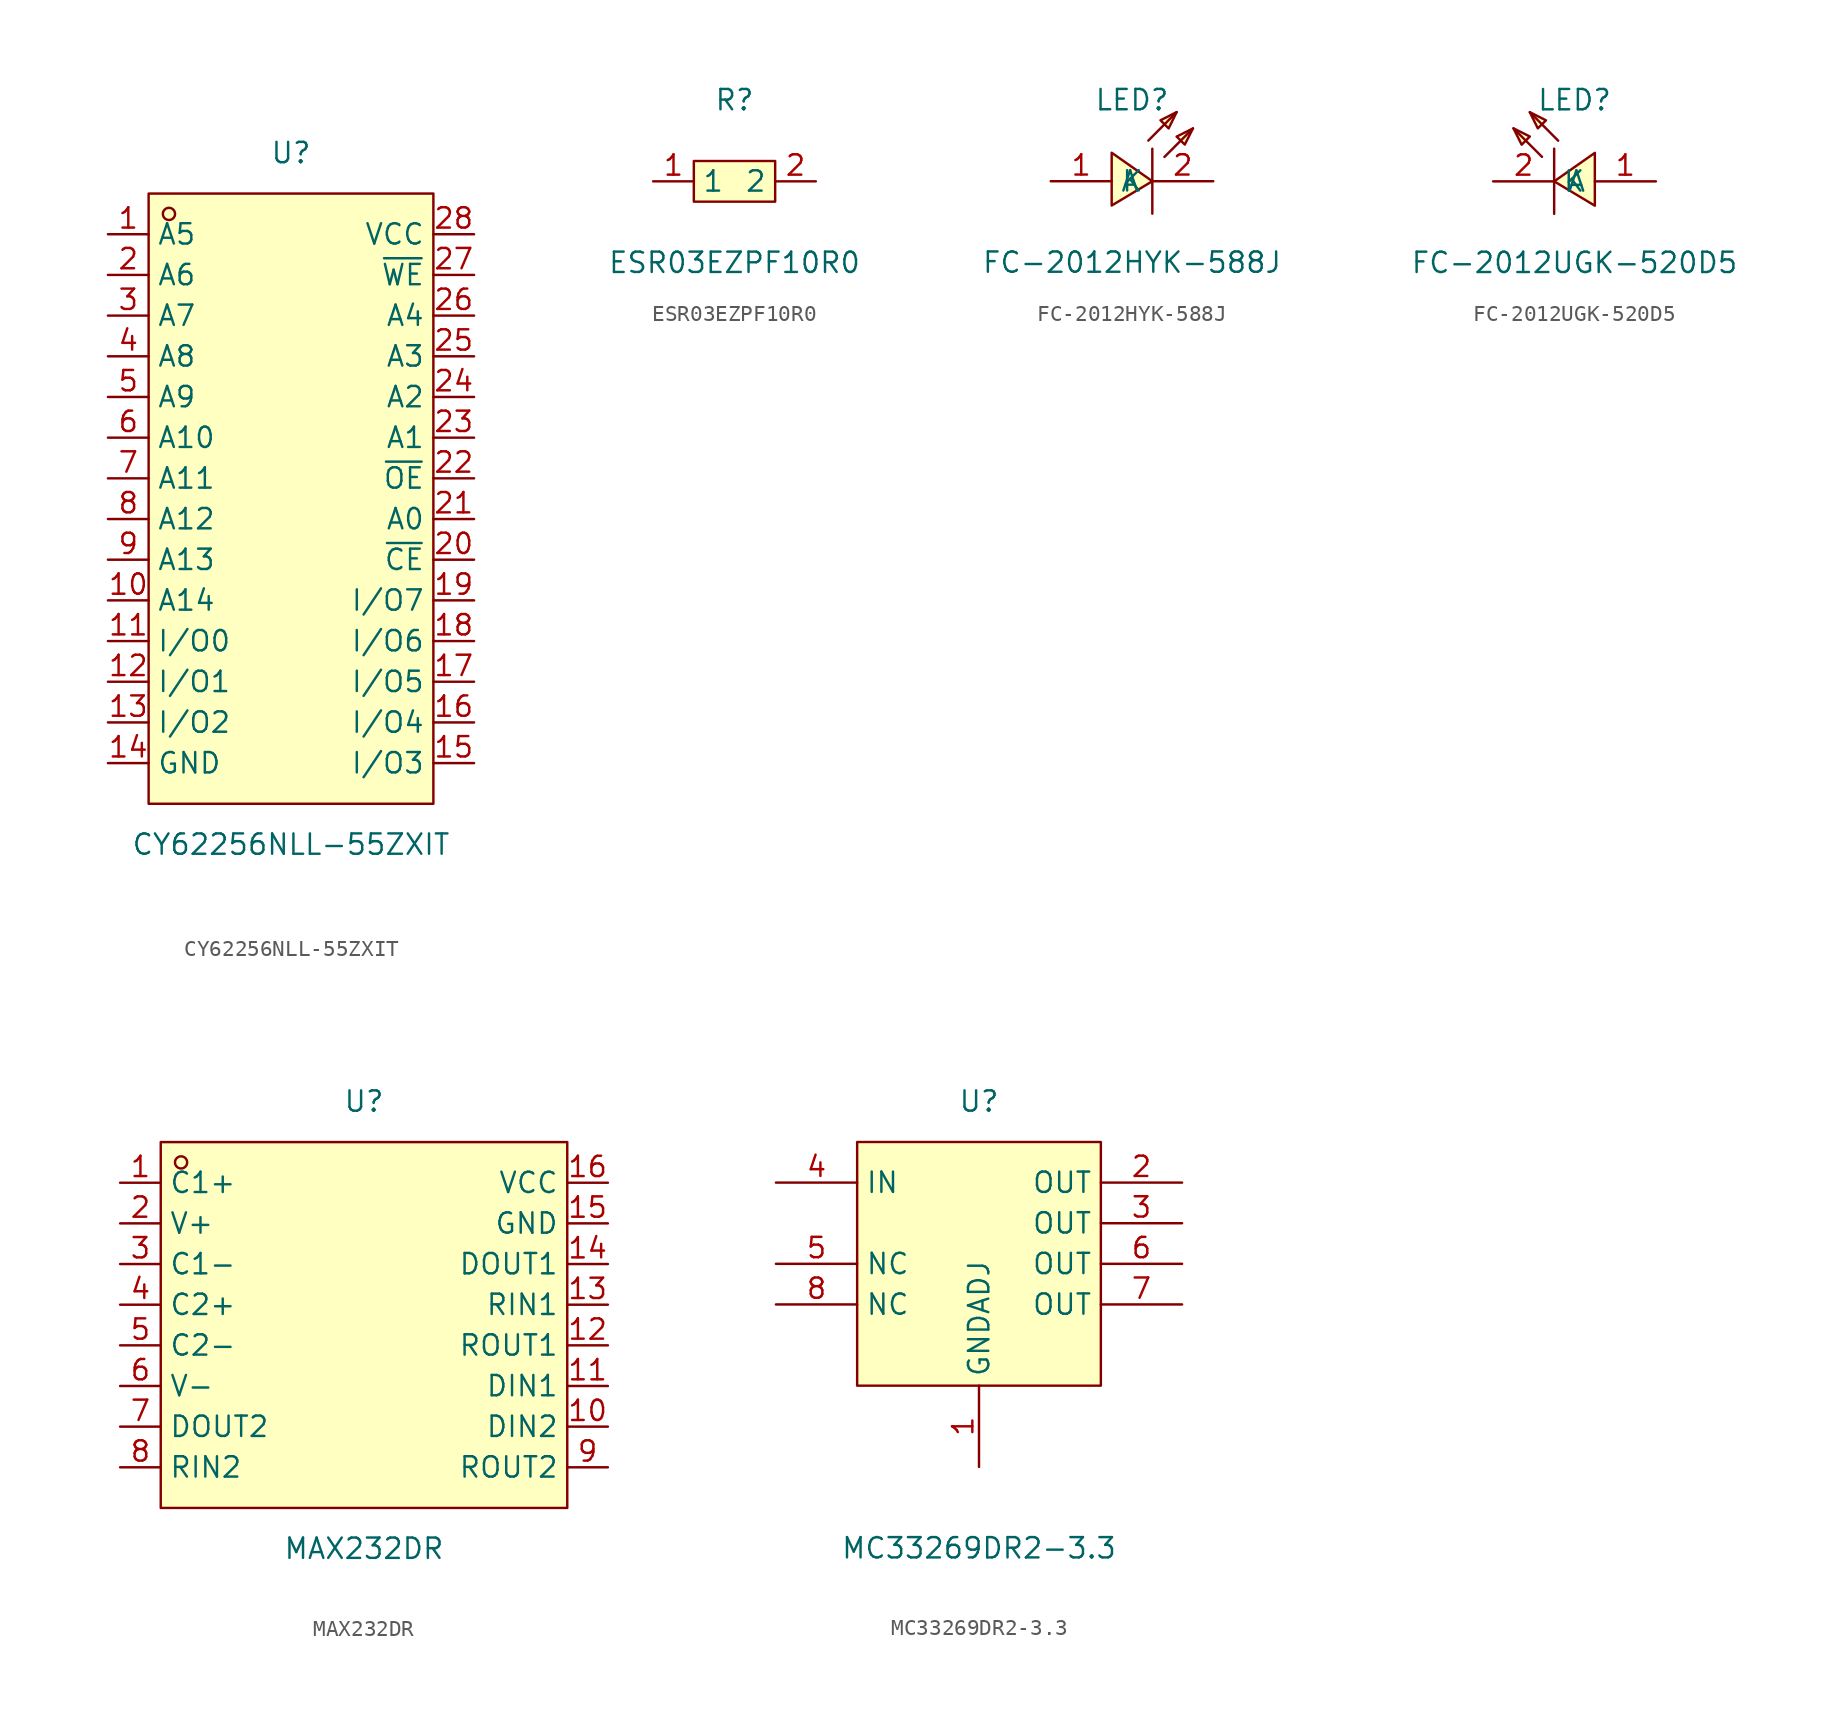
<source format=kicad_sym>
(kicad_symbol_lib
  (version 20211014)
  (generator https://github.com/uPesy/easyeda2kicad.py)
  (symbol "CY62256NLL-55ZXIT"
    (property "Reference" "U"
      (at 0 21.59 0)
      (effects (font (size 1.27 1.27))))
    (property "Value" "CY62256NLL-55ZXIT"
      (at 0 -21.59 0)
      (effects (font (size 1.27 1.27))))
    (symbol "CY62256NLL-55ZXIT_0_1"
      (rectangle (start -8.89 19.05) (end 8.89 -19.05) (stroke (width 0) (type default) (color 0 0 0 0)) (fill (type background)))
      (circle (center -7.62 17.78) (radius 0.38) (stroke (width 0) (type default) (color 0 0 0 0)) (fill (type none)))
      (pin unspecified line (at -11.43 16.51 0) (length 2.54) (name "A5" (effects (font (size 1.27 1.27)))) (number "1" (effects (font (size 1.27 1.27)))))
      (pin unspecified line (at -11.43 13.97 0) (length 2.54) (name "A6" (effects (font (size 1.27 1.27)))) (number "2" (effects (font (size 1.27 1.27)))))
      (pin unspecified line (at -11.43 11.43 0) (length 2.54) (name "A7" (effects (font (size 1.27 1.27)))) (number "3" (effects (font (size 1.27 1.27)))))
      (pin unspecified line (at -11.43 8.89 0) (length 2.54) (name "A8" (effects (font (size 1.27 1.27)))) (number "4" (effects (font (size 1.27 1.27)))))
      (pin unspecified line (at -11.43 6.35 0) (length 2.54) (name "A9" (effects (font (size 1.27 1.27)))) (number "5" (effects (font (size 1.27 1.27)))))
      (pin unspecified line (at -11.43 3.81 0) (length 2.54) (name "A10" (effects (font (size 1.27 1.27)))) (number "6" (effects (font (size 1.27 1.27)))))
      (pin unspecified line (at -11.43 1.27 0) (length 2.54) (name "A11" (effects (font (size 1.27 1.27)))) (number "7" (effects (font (size 1.27 1.27)))))
      (pin unspecified line (at -11.43 -1.27 0) (length 2.54) (name "A12" (effects (font (size 1.27 1.27)))) (number "8" (effects (font (size 1.27 1.27)))))
      (pin unspecified line (at -11.43 -3.81 0) (length 2.54) (name "A13" (effects (font (size 1.27 1.27)))) (number "9" (effects (font (size 1.27 1.27)))))
      (pin unspecified line (at -11.43 -6.35 0) (length 2.54) (name "A14" (effects (font (size 1.27 1.27)))) (number "10" (effects (font (size 1.27 1.27)))))
      (pin unspecified line (at -11.43 -8.89 0) (length 2.54) (name "I/O0" (effects (font (size 1.27 1.27)))) (number "11" (effects (font (size 1.27 1.27)))))
      (pin unspecified line (at -11.43 -11.43 0) (length 2.54) (name "I/O1" (effects (font (size 1.27 1.27)))) (number "12" (effects (font (size 1.27 1.27)))))
      (pin unspecified line (at -11.43 -13.97 0) (length 2.54) (name "I/O2" (effects (font (size 1.27 1.27)))) (number "13" (effects (font (size 1.27 1.27)))))
      (pin unspecified line (at -11.43 -16.51 0) (length 2.54) (name "GND" (effects (font (size 1.27 1.27)))) (number "14" (effects (font (size 1.27 1.27)))))
      (pin unspecified line (at 11.43 -16.51 180) (length 2.54) (name "I/O3" (effects (font (size 1.27 1.27)))) (number "15" (effects (font (size 1.27 1.27)))))
      (pin unspecified line (at 11.43 -13.97 180) (length 2.54) (name "I/O4" (effects (font (size 1.27 1.27)))) (number "16" (effects (font (size 1.27 1.27)))))
      (pin unspecified line (at 11.43 -11.43 180) (length 2.54) (name "I/O5" (effects (font (size 1.27 1.27)))) (number "17" (effects (font (size 1.27 1.27)))))
      (pin unspecified line (at 11.43 -8.89 180) (length 2.54) (name "I/O6" (effects (font (size 1.27 1.27)))) (number "18" (effects (font (size 1.27 1.27)))))
      (pin unspecified line (at 11.43 -6.35 180) (length 2.54) (name "I/O7" (effects (font (size 1.27 1.27)))) (number "19" (effects (font (size 1.27 1.27)))))
      (pin unspecified line (at 11.43 -3.81 180) (length 2.54) (name "~{CE}" (effects (font (size 1.27 1.27)))) (number "20" (effects (font (size 1.27 1.27)))))
      (pin unspecified line (at 11.43 -1.27 180) (length 2.54) (name "A0" (effects (font (size 1.27 1.27)))) (number "21" (effects (font (size 1.27 1.27)))))
      (pin unspecified line (at 11.43 1.27 180) (length 2.54) (name "~{OE}" (effects (font (size 1.27 1.27)))) (number "22" (effects (font (size 1.27 1.27)))))
      (pin unspecified line (at 11.43 3.81 180) (length 2.54) (name "A1" (effects (font (size 1.27 1.27)))) (number "23" (effects (font (size 1.27 1.27)))))
      (pin unspecified line (at 11.43 6.35 180) (length 2.54) (name "A2" (effects (font (size 1.27 1.27)))) (number "24" (effects (font (size 1.27 1.27)))))
      (pin unspecified line (at 11.43 8.89 180) (length 2.54) (name "A3" (effects (font (size 1.27 1.27)))) (number "25" (effects (font (size 1.27 1.27)))))
      (pin unspecified line (at 11.43 11.43 180) (length 2.54) (name "A4" (effects (font (size 1.27 1.27)))) (number "26" (effects (font (size 1.27 1.27)))))
      (pin unspecified line (at 11.43 13.97 180) (length 2.54) (name "~{WE}" (effects (font (size 1.27 1.27)))) (number "27" (effects (font (size 1.27 1.27)))))
      (pin unspecified line (at 11.43 16.51 180) (length 2.54) (name "VCC" (effects (font (size 1.27 1.27)))) (number "28" (effects (font (size 1.27 1.27)))))))
  (symbol "ESR03EZPF10R0"
    (property "Reference" "R"
      (at 0 5.08 0)
      (effects (font (size 1.27 1.27))))
    (property "Value" "ESR03EZPF10R0"
      (at 0 -5.08 0)
      (effects (font (size 1.27 1.27))))
    (symbol "ESR03EZPF10R0_0_1"
      (rectangle (start -2.54 1.27) (end 2.54 -1.27) (stroke (width 0) (type default) (color 0 0 0 0)) (fill (type background)))
      (pin unspecified line (at 5.08 -0.00 180) (length 2.54) (name "2" (effects (font (size 1.27 1.27)))) (number "2" (effects (font (size 1.27 1.27)))))
      (pin unspecified line (at -5.08 -0.00 0) (length 2.54) (name "1" (effects (font (size 1.27 1.27)))) (number "1" (effects (font (size 1.27 1.27)))))))
  (symbol "FC-2012HYK-588J"
    (property "Reference" "LED"
      (at 0 3.81 0)
      (effects (font (size 1.27 1.27))))
    (property "Value" "FC-2012HYK-588J"
      (at 0 -6.35 0)
      (effects (font (size 1.27 1.27))))
    (symbol "FC-2012HYK-588J_0_1"
      (polyline (pts (xy 3.81 2.03) (xy 2.79 1.52) (xy 3.30 1.02) (xy 3.81 2.03)) (stroke (width 0) (type default) (color 0 0 0 0)) (fill (type background)))
      (polyline (pts (xy 2.79 3.05) (xy 1.78 2.54) (xy 2.29 2.03) (xy 2.79 3.05)) (stroke (width 0) (type default) (color 0 0 0 0)) (fill (type background)))
      (polyline (pts (xy -1.27 -2.79) (xy 1.27 -1.27) (xy -1.27 0.51) (xy -1.27 -2.79)) (stroke (width 0) (type default) (color 0 0 0 0)) (fill (type background)))
      (polyline (pts (xy 2.03 0.25) (xy 3.81 2.03)) (stroke (width 0) (type default) (color 0 0 0 0)) (fill (type none)))
      (polyline (pts (xy 1.02 1.27) (xy 2.79 3.05)) (stroke (width 0) (type default) (color 0 0 0 0)) (fill (type none)))
      (polyline (pts (xy 1.27 0.76) (xy 1.27 -3.30)) (stroke (width 0) (type default) (color 0 0 0 0)) (fill (type none)))
      (pin unspecified line (at 5.08 -1.27 180) (length 3.81) (name "K" (effects (font (size 1.27 1.27)))) (number "2" (effects (font (size 1.27 1.27)))))
      (pin unspecified line (at -5.08 -1.27 0) (length 3.81) (name "A" (effects (font (size 1.27 1.27)))) (number "1" (effects (font (size 1.27 1.27)))))))
  (symbol "FC-2012UGK-520D5"
    (property "Reference" "LED"
      (at 0 4.06 0)
      (effects (font (size 1.27 1.27))))
    (property "Value" "FC-2012UGK-520D5"
      (at 0 -6.10 0)
      (effects (font (size 1.27 1.27))))
    (symbol "FC-2012UGK-520D5_0_1"
      (polyline (pts (xy -3.81 2.29) (xy -2.79 1.78) (xy -3.30 1.27) (xy -3.81 2.29)) (stroke (width 0) (type default) (color 0 0 0 0)) (fill (type background)))
      (polyline (pts (xy -2.79 3.30) (xy -1.78 2.79) (xy -2.29 2.29) (xy -2.79 3.30)) (stroke (width 0) (type default) (color 0 0 0 0)) (fill (type background)))
      (polyline (pts (xy 1.27 -2.54) (xy -1.27 -1.02) (xy 1.27 0.76) (xy 1.27 -2.54)) (stroke (width 0) (type default) (color 0 0 0 0)) (fill (type background)))
      (polyline (pts (xy -2.03 0.51) (xy -3.81 2.29)) (stroke (width 0) (type default) (color 0 0 0 0)) (fill (type none)))
      (polyline (pts (xy -1.02 1.52) (xy -2.79 3.30)) (stroke (width 0) (type default) (color 0 0 0 0)) (fill (type none)))
      (polyline (pts (xy -1.27 1.02) (xy -1.27 -3.05)) (stroke (width 0) (type default) (color 0 0 0 0)) (fill (type none)))
      (pin unspecified line (at -5.08 -1.02 0) (length 3.81) (name "K" (effects (font (size 1.27 1.27)))) (number "2" (effects (font (size 1.27 1.27)))))
      (pin unspecified line (at 5.08 -1.02 180) (length 3.81) (name "A" (effects (font (size 1.27 1.27)))) (number "1" (effects (font (size 1.27 1.27)))))))
  (symbol "MAX232DR"
    (property "Reference" "U"
      (at 0 13.97 0)
      (effects (font (size 1.27 1.27))))
    (property "Value" "MAX232DR"
      (at 0 -13.97 0)
      (effects (font (size 1.27 1.27))))
    (symbol "MAX232DR_0_1"
      (rectangle (start -12.70 11.43) (end 12.70 -11.43) (stroke (width 0) (type default) (color 0 0 0 0)) (fill (type background)))
      (circle (center -11.43 10.16) (radius 0.38) (stroke (width 0) (type default) (color 0 0 0 0)) (fill (type none)))
      (pin unspecified line (at -15.24 8.89 0) (length 2.54) (name "C1+" (effects (font (size 1.27 1.27)))) (number "1" (effects (font (size 1.27 1.27)))))
      (pin unspecified line (at -15.24 6.35 0) (length 2.54) (name "V+" (effects (font (size 1.27 1.27)))) (number "2" (effects (font (size 1.27 1.27)))))
      (pin unspecified line (at -15.24 3.81 0) (length 2.54) (name "C1-" (effects (font (size 1.27 1.27)))) (number "3" (effects (font (size 1.27 1.27)))))
      (pin unspecified line (at -15.24 1.27 0) (length 2.54) (name "C2+" (effects (font (size 1.27 1.27)))) (number "4" (effects (font (size 1.27 1.27)))))
      (pin unspecified line (at -15.24 -1.27 0) (length 2.54) (name "C2-" (effects (font (size 1.27 1.27)))) (number "5" (effects (font (size 1.27 1.27)))))
      (pin unspecified line (at -15.24 -3.81 0) (length 2.54) (name "V-" (effects (font (size 1.27 1.27)))) (number "6" (effects (font (size 1.27 1.27)))))
      (pin unspecified line (at -15.24 -6.35 0) (length 2.54) (name "DOUT2" (effects (font (size 1.27 1.27)))) (number "7" (effects (font (size 1.27 1.27)))))
      (pin unspecified line (at -15.24 -8.89 0) (length 2.54) (name "RIN2" (effects (font (size 1.27 1.27)))) (number "8" (effects (font (size 1.27 1.27)))))
      (pin unspecified line (at 15.24 -8.89 180) (length 2.54) (name "ROUT2" (effects (font (size 1.27 1.27)))) (number "9" (effects (font (size 1.27 1.27)))))
      (pin unspecified line (at 15.24 -6.35 180) (length 2.54) (name "DIN2" (effects (font (size 1.27 1.27)))) (number "10" (effects (font (size 1.27 1.27)))))
      (pin unspecified line (at 15.24 -3.81 180) (length 2.54) (name "DIN1" (effects (font (size 1.27 1.27)))) (number "11" (effects (font (size 1.27 1.27)))))
      (pin unspecified line (at 15.24 -1.27 180) (length 2.54) (name "ROUT1" (effects (font (size 1.27 1.27)))) (number "12" (effects (font (size 1.27 1.27)))))
      (pin unspecified line (at 15.24 1.27 180) (length 2.54) (name "RIN1" (effects (font (size 1.27 1.27)))) (number "13" (effects (font (size 1.27 1.27)))))
      (pin unspecified line (at 15.24 3.81 180) (length 2.54) (name "DOUT1" (effects (font (size 1.27 1.27)))) (number "14" (effects (font (size 1.27 1.27)))))
      (pin unspecified line (at 15.24 6.35 180) (length 2.54) (name "GND" (effects (font (size 1.27 1.27)))) (number "15" (effects (font (size 1.27 1.27)))))
      (pin unspecified line (at 15.24 8.89 180) (length 2.54) (name "VCC" (effects (font (size 1.27 1.27)))) (number "16" (effects (font (size 1.27 1.27)))))))
  (symbol "MC33269DR2-3.3"
    (property "Reference" "U"
      (at 0 12.70 0)
      (effects (font (size 1.27 1.27))))
    (property "Value" "MC33269DR2-3.3"
      (at 0 -15.24 0)
      (effects (font (size 1.27 1.27))))
    (symbol "MC33269DR2-3.3_0_1"
      (rectangle (start -7.62 10.16) (end 7.62 -5.08) (stroke (width 0) (type default) (color 0 0 0 0)) (fill (type background)))
      (pin power_in line (at 12.70 5.08 180) (length 5.08) (name "OUT" (effects (font (size 1.27 1.27)))) (number "3" (effects (font (size 1.27 1.27)))))
      (pin power_in line (at 12.70 7.62 180) (length 5.08) (name "OUT" (effects (font (size 1.27 1.27)))) (number "2" (effects (font (size 1.27 1.27)))))
      (pin power_in line (at 0.00 -10.16 90) (length 5.08) (name "GNDADJ" (effects (font (size 1.27 1.27)))) (number "1" (effects (font (size 1.27 1.27)))))
      (pin power_in line (at -12.70 7.62 0) (length 5.08) (name "IN" (effects (font (size 1.27 1.27)))) (number "4" (effects (font (size 1.27 1.27)))))
      (pin unspecified line (at -12.70 2.54 0) (length 5.08) (name "NC" (effects (font (size 1.27 1.27)))) (number "5" (effects (font (size 1.27 1.27)))))
      (pin power_in line (at 12.70 2.54 180) (length 5.08) (name "OUT" (effects (font (size 1.27 1.27)))) (number "6" (effects (font (size 1.27 1.27)))))
      (pin power_in line (at 12.70 -0.00 180) (length 5.08) (name "OUT" (effects (font (size 1.27 1.27)))) (number "7" (effects (font (size 1.27 1.27)))))
      (pin unspecified line (at -12.70 -0.00 0) (length 5.08) (name "NC" (effects (font (size 1.27 1.27)))) (number "8" (effects (font (size 1.27 1.27))))))))
</source>
